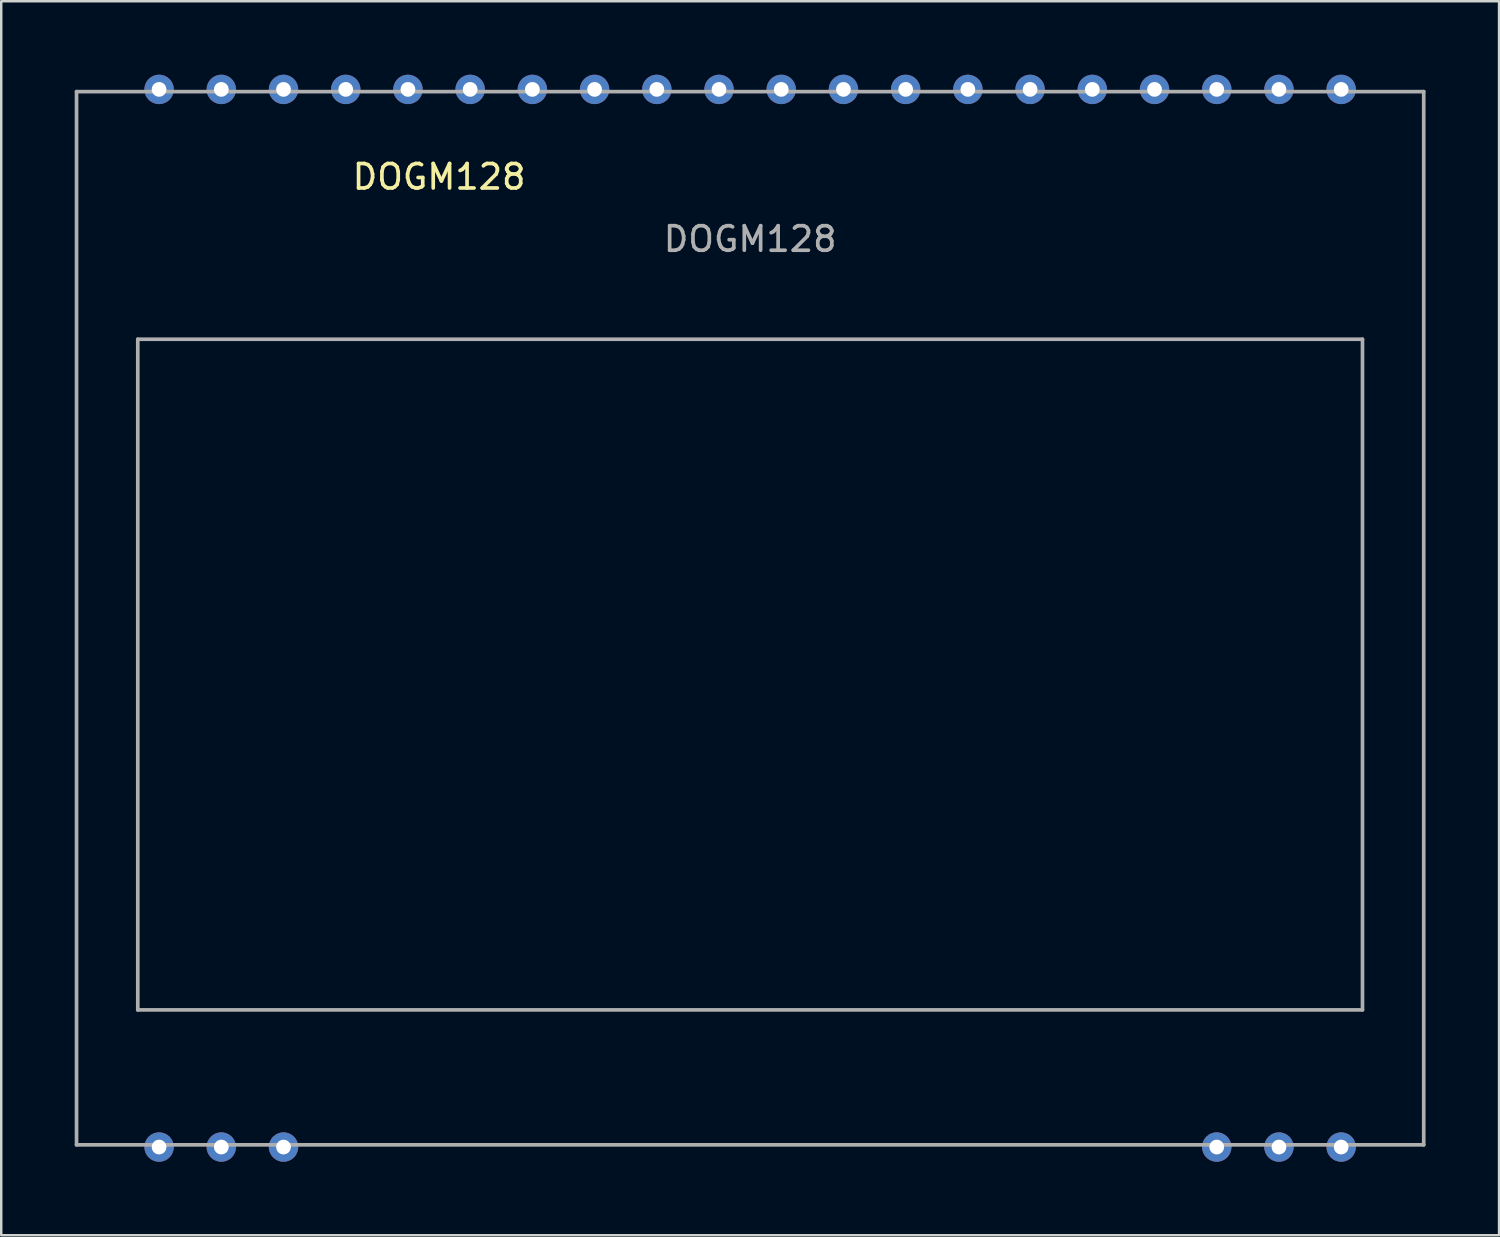
<source format=kicad_pcb>
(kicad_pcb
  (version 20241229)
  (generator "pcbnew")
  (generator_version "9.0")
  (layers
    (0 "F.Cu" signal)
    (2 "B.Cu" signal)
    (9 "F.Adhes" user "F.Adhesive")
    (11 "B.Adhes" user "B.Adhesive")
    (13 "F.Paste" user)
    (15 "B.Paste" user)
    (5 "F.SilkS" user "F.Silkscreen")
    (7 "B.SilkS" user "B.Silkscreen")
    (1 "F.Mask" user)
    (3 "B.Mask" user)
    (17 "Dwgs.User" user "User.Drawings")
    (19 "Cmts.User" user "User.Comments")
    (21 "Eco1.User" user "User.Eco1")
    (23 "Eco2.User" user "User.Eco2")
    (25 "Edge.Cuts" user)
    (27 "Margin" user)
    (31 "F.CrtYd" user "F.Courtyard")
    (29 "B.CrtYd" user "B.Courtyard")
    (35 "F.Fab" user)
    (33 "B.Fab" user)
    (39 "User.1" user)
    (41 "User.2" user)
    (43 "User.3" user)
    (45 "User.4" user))
  (footprint "DOGM128"
    (layer "F.Cu")
    (at 27.575 24.49)
    (property "Reference" "DOGM128" (at -12.7 -20.32 0) (layer "F.SilkS") (effects (font (size 1 1) (thickness 0.15))))
    (attr smd)
    (fp_line (start -27.5 -23.8) (end 27.5 -23.8) (stroke (width 0.15) (type solid)) (layer "F.Fab"))
    (fp_line (start -27.5 19.2) (end -27.5 -23.8) (stroke (width 0.15) (type solid)) (layer "F.Fab"))
    (fp_line (start -25 -13.69) (end 25 -13.69) (stroke (width 0.15) (type solid)) (layer "F.Fab"))
    (fp_line (start -25 13.69) (end -25 -13.69) (stroke (width 0.15) (type solid)) (layer "F.Fab"))
    (fp_line (start 25 -13.69) (end 25 13.69) (stroke (width 0.15) (type solid)) (layer "F.Fab"))
    (fp_line (start 25 13.69) (end -25 13.69) (stroke (width 0.15) (type solid)) (layer "F.Fab"))
    (fp_line (start 27.5 -23.8) (end 27.5 19.2) (stroke (width 0.15) (type solid)) (layer "F.Fab"))
    (fp_line (start 27.5 19.2) (end -27.5 19.2) (stroke (width 0.15) (type solid)) (layer "F.Fab"))
    (fp_text user "${REFERENCE}" (at 0 -17.78 0) (layer "F.Fab") (effects (font (size 1 1) (thickness 0.15))))
    (pad "1" thru_hole circle (at -24.13 19.29) (size 1.2 1.2) (drill 0.6) (layers "*.Cu" "*.Mask"))
    (pad "2" thru_hole circle (at -21.59 19.29) (size 1.2 1.2) (drill 0.6) (layers "*.Cu" "*.Mask"))
    (pad "3" thru_hole circle (at -19.05 19.29) (size 1.2 1.2) (drill 0.6) (layers "*.Cu" "*.Mask"))
    (pad "18" thru_hole circle (at 19.05 19.29) (size 1.2 1.2) (drill 0.6) (layers "*.Cu" "*.Mask"))
    (pad "19" thru_hole circle (at 21.59 19.29) (size 1.2 1.2) (drill 0.6) (layers "*.Cu" "*.Mask"))
    (pad "20" thru_hole circle (at 24.13 19.29) (size 1.2 1.2) (drill 0.6) (layers "*.Cu" "*.Mask"))
    (pad "21" thru_hole circle (at 24.13 -23.89) (size 1.2 1.2) (drill 0.6) (layers "*.Cu" "*.Mask"))
    (pad "22" thru_hole circle (at 21.59 -23.89) (size 1.2 1.2) (drill 0.6) (layers "*.Cu" "*.Mask"))
    (pad "23" thru_hole circle (at 19.05 -23.89) (size 1.2 1.2) (drill 0.6) (layers "*.Cu" "*.Mask"))
    (pad "24" thru_hole circle (at 16.51 -23.89) (size 1.2 1.2) (drill 0.6) (layers "*.Cu" "*.Mask"))
    (pad "25" thru_hole circle (at 13.97 -23.89) (size 1.2 1.2) (drill 0.6) (layers "*.Cu" "*.Mask"))
    (pad "26" thru_hole circle (at 11.43 -23.89) (size 1.2 1.2) (drill 0.6) (layers "*.Cu" "*.Mask"))
    (pad "27" thru_hole circle (at 8.89 -23.89) (size 1.2 1.2) (drill 0.6) (layers "*.Cu" "*.Mask"))
    (pad "28" thru_hole circle (at 6.35 -23.89) (size 1.2 1.2) (drill 0.6) (layers "*.Cu" "*.Mask"))
    (pad "29" thru_hole circle (at 3.81 -23.89) (size 1.2 1.2) (drill 0.6) (layers "*.Cu" "*.Mask"))
    (pad "30" thru_hole circle (at 1.27 -23.89) (size 1.2 1.2) (drill 0.6) (layers "*.Cu" "*.Mask"))
    (pad "31" thru_hole circle (at -1.27 -23.89) (size 1.2 1.2) (drill 0.6) (layers "*.Cu" "*.Mask"))
    (pad "32" thru_hole circle (at -3.81 -23.89) (size 1.2 1.2) (drill 0.6) (layers "*.Cu" "*.Mask"))
    (pad "33" thru_hole circle (at -6.35 -23.89) (size 1.2 1.2) (drill 0.6) (layers "*.Cu" "*.Mask"))
    (pad "34" thru_hole circle (at -8.89 -23.89) (size 1.2 1.2) (drill 0.6) (layers "*.Cu" "*.Mask"))
    (pad "35" thru_hole circle (at -11.43 -23.89) (size 1.2 1.2) (drill 0.6) (layers "*.Cu" "*.Mask"))
    (pad "36" thru_hole circle (at -13.97 -23.89) (size 1.2 1.2) (drill 0.6) (layers "*.Cu" "*.Mask"))
    (pad "37" thru_hole circle (at -16.51 -23.89) (size 1.2 1.2) (drill 0.6) (layers "*.Cu" "*.Mask"))
    (pad "38" thru_hole circle (at -19.05 -23.89) (size 1.2 1.2) (drill 0.6) (layers "*.Cu" "*.Mask"))
    (pad "39" thru_hole circle (at -21.59 -23.89) (size 1.2 1.2) (drill 0.6) (layers "*.Cu" "*.Mask"))
    (pad "40" thru_hole circle (at -24.13 -23.89) (size 1.2 1.2) (drill 0.6) (layers "*.Cu" "*.Mask")))
  (gr_rect
    (start -3 -3)
    (end 58.15 47.38)
    (stroke (width 0.1) (type default))
    (fill no)
    (layer "Edge.Cuts")))
</source>
